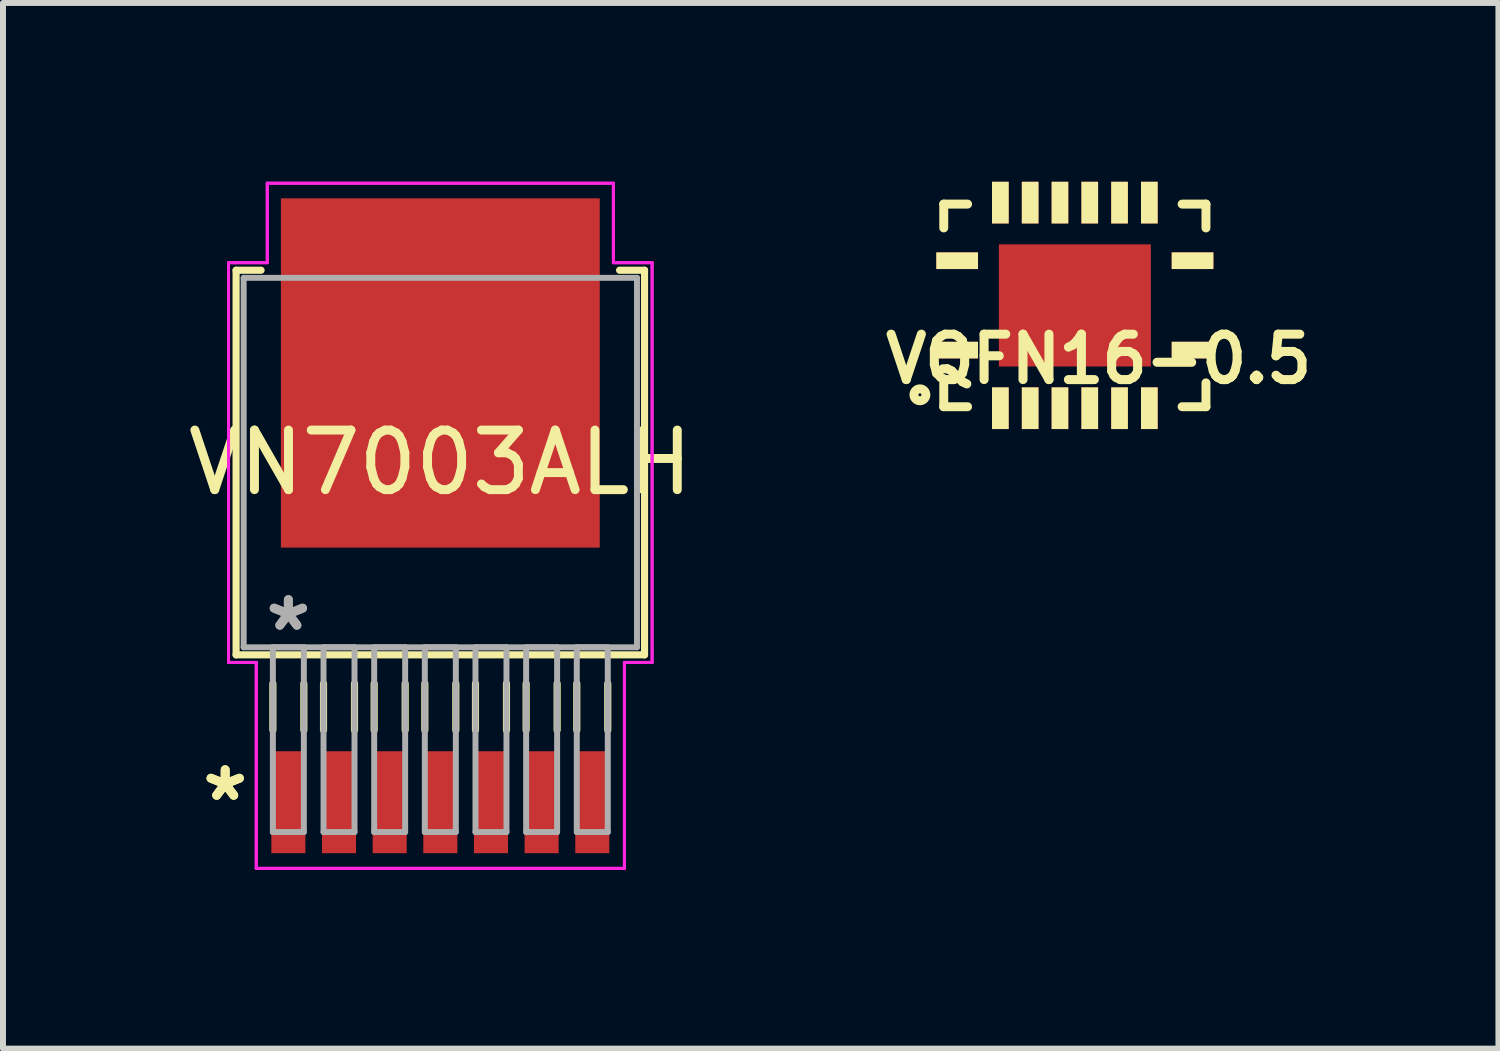
<source format=kicad_pcb>
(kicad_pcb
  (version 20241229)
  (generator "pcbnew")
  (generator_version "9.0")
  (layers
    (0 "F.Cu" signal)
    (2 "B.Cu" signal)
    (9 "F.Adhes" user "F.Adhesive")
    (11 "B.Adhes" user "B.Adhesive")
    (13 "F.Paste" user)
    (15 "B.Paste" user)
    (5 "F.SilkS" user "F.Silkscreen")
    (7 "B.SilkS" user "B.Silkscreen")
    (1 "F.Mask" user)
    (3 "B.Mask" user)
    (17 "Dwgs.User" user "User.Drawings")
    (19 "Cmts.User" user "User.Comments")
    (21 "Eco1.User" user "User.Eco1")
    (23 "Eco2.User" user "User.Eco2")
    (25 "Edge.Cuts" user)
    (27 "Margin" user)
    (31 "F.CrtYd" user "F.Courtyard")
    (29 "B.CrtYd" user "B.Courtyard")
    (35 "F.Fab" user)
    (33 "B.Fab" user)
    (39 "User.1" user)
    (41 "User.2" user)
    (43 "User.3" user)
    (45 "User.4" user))
  (footprint "VN7003ALH"
    (layer "F.Cu")
    (at 4.339 4.712)
    (property "Reference" "VN7003ALH" (at 0 0 0) (layer "F.SilkS") (effects (font (size 1 1) (thickness 0.15))))
    (attr through_hole)
    (fp_line (start -3.427 -3.227) (end -3.427 3.227) (stroke (width 0.12) (type solid)) (layer "F.SilkS"))
    (fp_line (start -3.427 3.227) (end 3.427 3.227) (stroke (width 0.12) (type solid)) (layer "F.SilkS"))
    (fp_line (start -3.008 -3.227) (end -3.427 -3.227) (stroke (width 0.12) (type solid)) (layer "F.SilkS"))
    (fp_line (start -2.81 3.71) (end -2.81 4.489) (stroke (width 0.12) (type solid)) (layer "F.SilkS"))
    (fp_line (start -2.29 3.71) (end -2.29 4.489) (stroke (width 0.12) (type solid)) (layer "F.SilkS"))
    (fp_line (start -1.96 3.71) (end -1.96 4.489) (stroke (width 0.12) (type solid)) (layer "F.SilkS"))
    (fp_line (start -1.44 3.71) (end -1.44 4.489) (stroke (width 0.12) (type solid)) (layer "F.SilkS"))
    (fp_line (start -1.11 3.71) (end -1.11 4.489) (stroke (width 0.12) (type solid)) (layer "F.SilkS"))
    (fp_line (start -0.59 3.71) (end -0.59 4.489) (stroke (width 0.12) (type solid)) (layer "F.SilkS"))
    (fp_line (start -0.26 3.71) (end -0.26 4.489) (stroke (width 0.12) (type solid)) (layer "F.SilkS"))
    (fp_line (start 0.26 3.71) (end 0.26 4.489) (stroke (width 0.12) (type solid)) (layer "F.SilkS"))
    (fp_line (start 0.59 3.71) (end 0.59 4.489) (stroke (width 0.12) (type solid)) (layer "F.SilkS"))
    (fp_line (start 1.11 3.71) (end 1.11 4.489) (stroke (width 0.12) (type solid)) (layer "F.SilkS"))
    (fp_line (start 1.44 3.71) (end 1.44 4.489) (stroke (width 0.12) (type solid)) (layer "F.SilkS"))
    (fp_line (start 1.96 3.71) (end 1.96 4.489) (stroke (width 0.12) (type solid)) (layer "F.SilkS"))
    (fp_line (start 2.29 3.71) (end 2.29 4.489) (stroke (width 0.12) (type solid)) (layer "F.SilkS"))
    (fp_line (start 2.81 3.71) (end 2.81 4.489) (stroke (width 0.12) (type solid)) (layer "F.SilkS"))
    (fp_line (start 3.427 -3.227) (end 3.008 -3.227) (stroke (width 0.12) (type solid)) (layer "F.SilkS"))
    (fp_line (start 3.427 3.227) (end 3.427 -3.227) (stroke (width 0.12) (type solid)) (layer "F.SilkS"))
    (fp_line (start -3.554 -3.354) (end -2.904 -3.354) (stroke (width 0.05) (type solid)) (layer "F.CrtYd"))
    (fp_line (start -3.554 -3.354) (end -2.904 -3.354) (stroke (width 0.05) (type solid)) (layer "F.CrtYd"))
    (fp_line (start -3.554 3.354) (end -3.554 -3.354) (stroke (width 0.05) (type solid)) (layer "F.CrtYd"))
    (fp_line (start -3.554 3.354) (end -3.554 -3.354) (stroke (width 0.05) (type solid)) (layer "F.CrtYd"))
    (fp_line (start -3.089 3.354) (end -3.554 3.354) (stroke (width 0.05) (type solid)) (layer "F.CrtYd"))
    (fp_line (start -3.089 3.354) (end -3.554 3.354) (stroke (width 0.05) (type solid)) (layer "F.CrtYd"))
    (fp_line (start -3.089 6.81) (end -3.089 3.354) (stroke (width 0.05) (type solid)) (layer "F.CrtYd"))
    (fp_line (start -3.089 6.81) (end -3.089 3.354) (stroke (width 0.05) (type solid)) (layer "F.CrtYd"))
    (fp_line (start -2.904 -4.687) (end 2.904 -4.687) (stroke (width 0.05) (type solid)) (layer "F.CrtYd"))
    (fp_line (start -2.904 -4.687) (end 2.904 -4.687) (stroke (width 0.05) (type solid)) (layer "F.CrtYd"))
    (fp_line (start -2.904 -3.354) (end -2.904 -4.687) (stroke (width 0.05) (type solid)) (layer "F.CrtYd"))
    (fp_line (start -2.904 -3.354) (end -2.904 -4.687) (stroke (width 0.05) (type solid)) (layer "F.CrtYd"))
    (fp_line (start 2.904 -4.687) (end 2.904 -3.354) (stroke (width 0.05) (type solid)) (layer "F.CrtYd"))
    (fp_line (start 2.904 -4.687) (end 2.904 -3.354) (stroke (width 0.05) (type solid)) (layer "F.CrtYd"))
    (fp_line (start 2.904 -3.354) (end 3.554 -3.354) (stroke (width 0.05) (type solid)) (layer "F.CrtYd"))
    (fp_line (start 2.904 -3.354) (end 3.554 -3.354) (stroke (width 0.05) (type solid)) (layer "F.CrtYd"))
    (fp_line (start 3.089 3.354) (end 3.089 6.81) (stroke (width 0.05) (type solid)) (layer "F.CrtYd"))
    (fp_line (start 3.089 3.354) (end 3.089 6.81) (stroke (width 0.05) (type solid)) (layer "F.CrtYd"))
    (fp_line (start 3.089 6.81) (end -3.089 6.81) (stroke (width 0.05) (type solid)) (layer "F.CrtYd"))
    (fp_line (start 3.089 6.81) (end -3.089 6.81) (stroke (width 0.05) (type solid)) (layer "F.CrtYd"))
    (fp_line (start 3.554 -3.354) (end 3.554 3.354) (stroke (width 0.05) (type solid)) (layer "F.CrtYd"))
    (fp_line (start 3.554 -3.354) (end 3.554 3.354) (stroke (width 0.05) (type solid)) (layer "F.CrtYd"))
    (fp_line (start 3.554 3.354) (end 3.089 3.354) (stroke (width 0.05) (type solid)) (layer "F.CrtYd"))
    (fp_line (start 3.554 3.354) (end 3.089 3.354) (stroke (width 0.05) (type solid)) (layer "F.CrtYd"))
    (fp_line (start -3.3 -3.1) (end -3.3 3.1) (stroke (width 0.1) (type solid)) (layer "F.Fab"))
    (fp_line (start -3.3 3.1) (end 3.3 3.1) (stroke (width 0.1) (type solid)) (layer "F.Fab"))
    (fp_line (start -2.81 3.1) (end -2.81 6.2) (stroke (width 0.1) (type solid)) (layer "F.Fab"))
    (fp_line (start -2.81 6.2) (end -2.29 6.2) (stroke (width 0.1) (type solid)) (layer "F.Fab"))
    (fp_line (start -2.29 3.1) (end -2.81 3.1) (stroke (width 0.1) (type solid)) (layer "F.Fab"))
    (fp_line (start -2.29 6.2) (end -2.29 3.1) (stroke (width 0.1) (type solid)) (layer "F.Fab"))
    (fp_line (start -1.96 3.1) (end -1.96 6.2) (stroke (width 0.1) (type solid)) (layer "F.Fab"))
    (fp_line (start -1.96 6.2) (end -1.44 6.2) (stroke (width 0.1) (type solid)) (layer "F.Fab"))
    (fp_line (start -1.44 3.1) (end -1.96 3.1) (stroke (width 0.1) (type solid)) (layer "F.Fab"))
    (fp_line (start -1.44 6.2) (end -1.44 3.1) (stroke (width 0.1) (type solid)) (layer "F.Fab"))
    (fp_line (start -1.11 3.1) (end -1.11 6.2) (stroke (width 0.1) (type solid)) (layer "F.Fab"))
    (fp_line (start -1.11 6.2) (end -0.59 6.2) (stroke (width 0.1) (type solid)) (layer "F.Fab"))
    (fp_line (start -0.59 3.1) (end -1.11 3.1) (stroke (width 0.1) (type solid)) (layer "F.Fab"))
    (fp_line (start -0.59 6.2) (end -0.59 3.1) (stroke (width 0.1) (type solid)) (layer "F.Fab"))
    (fp_line (start -0.26 3.1) (end -0.26 6.2) (stroke (width 0.1) (type solid)) (layer "F.Fab"))
    (fp_line (start -0.26 6.2) (end 0.26 6.2) (stroke (width 0.1) (type solid)) (layer "F.Fab"))
    (fp_line (start 0.26 3.1) (end -0.26 3.1) (stroke (width 0.1) (type solid)) (layer "F.Fab"))
    (fp_line (start 0.26 6.2) (end 0.26 3.1) (stroke (width 0.1) (type solid)) (layer "F.Fab"))
    (fp_line (start 0.59 3.1) (end 0.59 6.2) (stroke (width 0.1) (type solid)) (layer "F.Fab"))
    (fp_line (start 0.59 6.2) (end 1.11 6.2) (stroke (width 0.1) (type solid)) (layer "F.Fab"))
    (fp_line (start 1.11 3.1) (end 0.59 3.1) (stroke (width 0.1) (type solid)) (layer "F.Fab"))
    (fp_line (start 1.11 6.2) (end 1.11 3.1) (stroke (width 0.1) (type solid)) (layer "F.Fab"))
    (fp_line (start 1.44 3.1) (end 1.44 6.2) (stroke (width 0.1) (type solid)) (layer "F.Fab"))
    (fp_line (start 1.44 6.2) (end 1.96 6.2) (stroke (width 0.1) (type solid)) (layer "F.Fab"))
    (fp_line (start 1.96 3.1) (end 1.44 3.1) (stroke (width 0.1) (type solid)) (layer "F.Fab"))
    (fp_line (start 1.96 6.2) (end 1.96 3.1) (stroke (width 0.1) (type solid)) (layer "F.Fab"))
    (fp_line (start 2.29 3.1) (end 2.29 6.2) (stroke (width 0.1) (type solid)) (layer "F.Fab"))
    (fp_line (start 2.29 6.2) (end 2.81 6.2) (stroke (width 0.1) (type solid)) (layer "F.Fab"))
    (fp_line (start 2.81 3.1) (end 2.29 3.1) (stroke (width 0.1) (type solid)) (layer "F.Fab"))
    (fp_line (start 2.81 6.2) (end 2.81 3.1) (stroke (width 0.1) (type solid)) (layer "F.Fab"))
    (fp_line (start 3.3 -3.1) (end -3.3 -3.1) (stroke (width 0.1) (type solid)) (layer "F.Fab"))
    (fp_line (start 3.3 3.1) (end 3.3 -3.1) (stroke (width 0.1) (type solid)) (layer "F.Fab"))
    (fp_text user "*" (at -3.61 5.7 0) (layer "F.SilkS") (effects (font (size 1 1) (thickness 0.15))))
    (fp_text user "*" (at -3.61 5.7 0) (layer "F.SilkS") (effects (font (size 1 1) (thickness 0.15))))
    (fp_text user "*" (at -2.55 2.846 0) (layer "F.Fab") (effects (font (size 1 1) (thickness 0.15))))
    (fp_text user "*" (at -2.55 2.846 0) (layer "F.Fab") (effects (font (size 1 1) (thickness 0.15))))
    (pad "1" smd rect (at -2.55 5.7) (size 0.571 1.711) (layers "F.Cu" "F.Mask" "F.Paste"))
    (pad "2" smd rect (at -1.7 5.7) (size 0.571 1.711) (layers "F.Cu" "F.Mask" "F.Paste"))
    (pad "3" smd rect (at -0.85 5.7) (size 0.571 1.711) (layers "F.Cu" "F.Mask" "F.Paste"))
    (pad "4" smd rect (at 0 5.7) (size 0.571 1.711) (layers "F.Cu" "F.Mask" "F.Paste"))
    (pad "5" smd rect (at 0.85 5.7) (size 0.571 1.711) (layers "F.Cu" "F.Mask" "F.Paste"))
    (pad "6" smd rect (at 1.7 5.7) (size 0.571 1.711) (layers "F.Cu" "F.Mask" "F.Paste"))
    (pad "7" smd rect (at 2.55 5.7) (size 0.571 1.711) (layers "F.Cu" "F.Mask" "F.Paste"))
    (pad "8" smd rect (at 0 -1.503) (size 5.351 5.861) (layers "F.Cu" "F.Mask" "F.Paste")))
  (footprint "VQFN16-0.5"
    (layer "F.Cu")
    (at 14.987 2.075)
    (property "Reference" "VQFN16-0.5" (at 0.4 0.9 0) (layer "F.SilkS") (effects (font (size 0.762 0.762) (thickness 0.152))))
    (attr smd)
    (fp_line (start -2.2 -1.7) (end -1.8 -1.7) (stroke (width 0.15) (type solid)) (layer "F.SilkS"))
    (fp_line (start -2.2 -1.3) (end -2.2 -1.7) (stroke (width 0.15) (type solid)) (layer "F.SilkS"))
    (fp_line (start -2.2 1.3) (end -2.2 1.7) (stroke (width 0.15) (type solid)) (layer "F.SilkS"))
    (fp_line (start -2.2 1.7) (end -1.8 1.7) (stroke (width 0.15) (type solid)) (layer "F.SilkS"))
    (fp_line (start 2.2 -1.7) (end 1.8 -1.7) (stroke (width 0.15) (type solid)) (layer "F.SilkS"))
    (fp_line (start 2.2 -1.3) (end 2.2 -1.7) (stroke (width 0.15) (type solid)) (layer "F.SilkS"))
    (fp_line (start 2.2 1.3) (end 2.2 1.7) (stroke (width 0.15) (type solid)) (layer "F.SilkS"))
    (fp_line (start 2.2 1.7) (end 1.8 1.7) (stroke (width 0.15) (type solid)) (layer "F.SilkS"))
    (fp_circle (center -2.6 1.5) (end -2.6 1.6) (stroke (width 0.15) (type solid)) (fill no) (layer "F.SilkS"))
    (pad "1" smd rect (at -1.975 0.75 90) (size 0.28 0.7) (layers "F.Cu" "F.Mask" "F.SilkS" "F.Paste"))
    (pad "2" smd rect (at -1.25 1.725) (size 0.28 0.7) (layers "F.Cu" "F.Mask" "F.SilkS" "F.Paste"))
    (pad "3" smd rect (at -0.75 1.725) (size 0.28 0.7) (layers "F.Cu" "F.Mask" "F.SilkS" "F.Paste"))
    (pad "4" smd rect (at -0.25 1.725) (size 0.28 0.7) (layers "F.Cu" "F.Mask" "F.SilkS" "F.Paste"))
    (pad "5" smd rect (at 0.25 1.725) (size 0.28 0.7) (layers "F.Cu" "F.Mask" "F.SilkS" "F.Paste"))
    (pad "6" smd rect (at 0.75 1.725) (size 0.28 0.7) (layers "F.Cu" "F.Mask" "F.SilkS" "F.Paste"))
    (pad "7" smd rect (at 1.25 1.725) (size 0.28 0.7) (layers "F.Cu" "F.Mask" "F.SilkS" "F.Paste"))
    (pad "8" smd rect (at 1.975 0.75 90) (size 0.28 0.7) (layers "F.Cu" "F.Mask" "F.SilkS" "F.Paste"))
    (pad "9" smd rect (at 1.975 -0.75 90) (size 0.28 0.7) (layers "F.Cu" "F.Mask" "F.SilkS" "F.Paste"))
    (pad "10" smd rect (at 1.25 -1.725) (size 0.28 0.7) (layers "F.Cu" "F.Mask" "F.SilkS" "F.Paste"))
    (pad "11" smd rect (at 0.75 -1.725) (size 0.28 0.7) (layers "F.Cu" "F.Mask" "F.SilkS" "F.Paste"))
    (pad "12" smd rect (at 0.25 -1.725) (size 0.28 0.7) (layers "F.Cu" "F.Mask" "F.SilkS" "F.Paste"))
    (pad "13" smd rect (at -0.25 -1.725) (size 0.28 0.7) (layers "F.Cu" "F.Mask" "F.SilkS" "F.Paste"))
    (pad "14" smd rect (at -0.75 -1.725) (size 0.28 0.7) (layers "F.Cu" "F.Mask" "F.SilkS" "F.Paste"))
    (pad "15" smd rect (at -1.25 -1.725) (size 0.28 0.7) (layers "F.Cu" "F.Mask" "F.SilkS" "F.Paste"))
    (pad "16" smd rect (at -1.975 -0.75 90) (size 0.28 0.7) (layers "F.Cu" "F.Mask" "F.SilkS" "F.Paste"))
    (pad "17" smd rect (at 0 0) (size 2.55 2.05) (layers "F.Cu" "F.Mask" "F.Paste")))
  (gr_rect
    (start -3 -3)
    (end 22.095 14.547)
    (stroke (width 0.1) (type default))
    (fill no)
    (layer "Edge.Cuts")))
</source>
